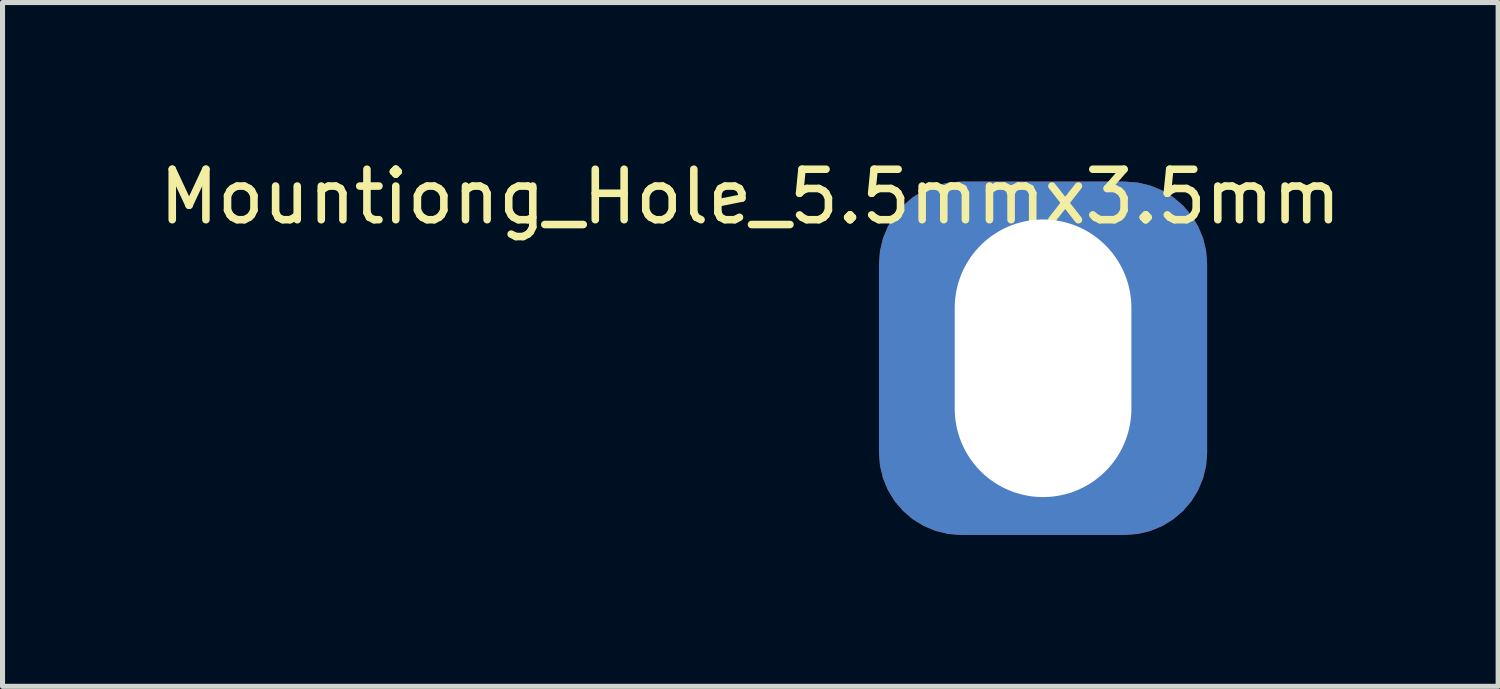
<source format=kicad_pcb>
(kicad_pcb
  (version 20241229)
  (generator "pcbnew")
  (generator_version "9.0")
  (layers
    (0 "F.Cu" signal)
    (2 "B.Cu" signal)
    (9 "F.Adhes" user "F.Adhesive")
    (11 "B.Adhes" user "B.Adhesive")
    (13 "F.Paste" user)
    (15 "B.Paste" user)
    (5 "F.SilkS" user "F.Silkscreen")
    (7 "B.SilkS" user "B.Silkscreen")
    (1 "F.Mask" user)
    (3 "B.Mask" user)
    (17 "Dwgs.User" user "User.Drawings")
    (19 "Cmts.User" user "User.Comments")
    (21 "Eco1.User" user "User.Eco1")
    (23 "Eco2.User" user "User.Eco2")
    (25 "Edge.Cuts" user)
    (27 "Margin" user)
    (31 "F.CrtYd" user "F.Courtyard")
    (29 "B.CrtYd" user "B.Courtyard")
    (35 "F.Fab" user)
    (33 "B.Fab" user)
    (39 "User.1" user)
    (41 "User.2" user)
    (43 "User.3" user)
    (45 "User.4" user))
  (footprint "Mountiong_Hole_5.5mmx3.5mm"
    (layer "F.Cu")
    (at 17.615 4.048)
    (property "Reference" "Mountiong_Hole_5.5mmx3.5mm" (at -5.8 -3.2 0) (layer "F.SilkS") (effects (font (size 1 1) (thickness 0.15))))
    (attr through_hole)
    (pad "1" thru_hole roundrect (at 0 0) (size 6.5 7) (drill oval 3.5 5.5) (layers "*.Cu" "*.Mask") (roundrect_rratio 0.25)))
  (gr_rect
    (start -3 -3)
    (end 26.631 10.548)
    (stroke (width 0.1) (type default))
    (fill no)
    (layer "Edge.Cuts")))
</source>
